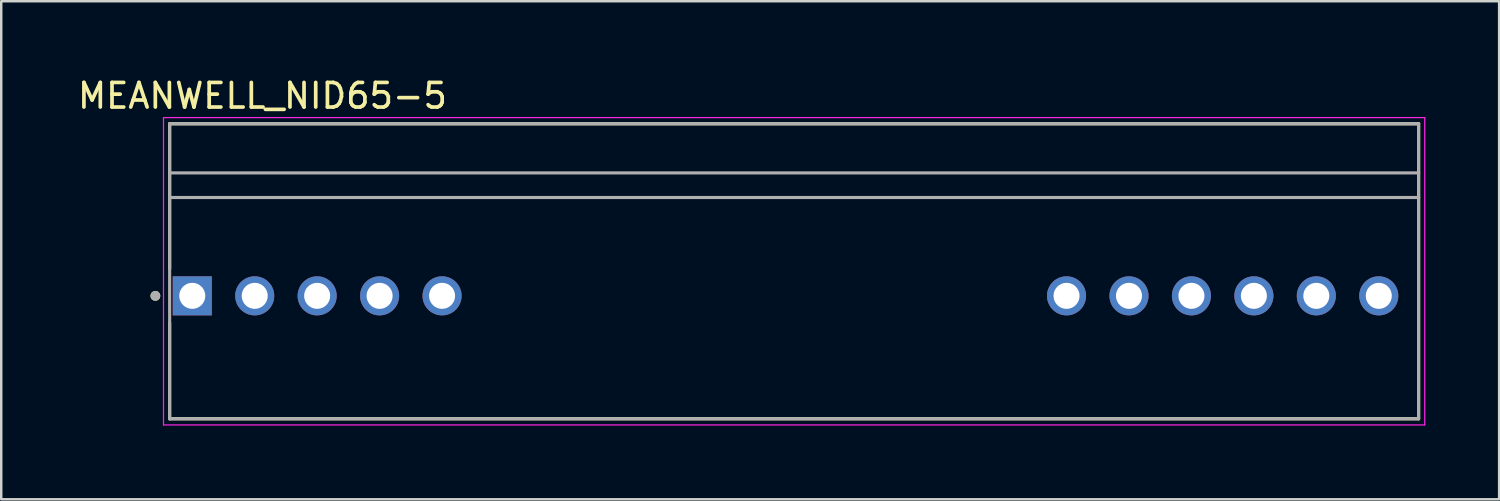
<source format=kicad_pcb>
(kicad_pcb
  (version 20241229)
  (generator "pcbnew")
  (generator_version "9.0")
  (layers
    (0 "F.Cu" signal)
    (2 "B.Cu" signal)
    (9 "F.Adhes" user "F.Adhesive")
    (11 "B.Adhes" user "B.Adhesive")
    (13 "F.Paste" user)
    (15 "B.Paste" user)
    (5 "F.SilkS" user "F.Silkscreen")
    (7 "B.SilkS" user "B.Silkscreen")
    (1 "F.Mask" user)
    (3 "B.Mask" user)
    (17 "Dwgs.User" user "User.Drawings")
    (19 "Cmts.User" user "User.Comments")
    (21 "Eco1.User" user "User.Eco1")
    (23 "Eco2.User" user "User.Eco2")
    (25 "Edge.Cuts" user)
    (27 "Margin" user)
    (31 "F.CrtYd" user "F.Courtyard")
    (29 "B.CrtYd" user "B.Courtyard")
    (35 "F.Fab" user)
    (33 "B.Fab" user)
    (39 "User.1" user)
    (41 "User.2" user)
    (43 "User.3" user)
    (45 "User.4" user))
  (footprint "MEANWELL_NID65-5"
    (layer "F.Cu")
    (at 4.77 8.983)
    (property "Reference" "MEANWELL_NID65-5" (at 2.855 -8.135 0) (layer "F.SilkS") (effects (font (size 1 1) (thickness 0.15))))
    (attr through_hole)
    (fp_line (start -0.92 -7) (end -0.92 -1.1) (stroke (width 0.127) (type solid)) (layer "F.SilkS"))
    (fp_line (start -0.92 1.1) (end -0.92 5) (stroke (width 0.127) (type solid)) (layer "F.SilkS"))
    (fp_line (start -0.92 5) (end 49.88 5) (stroke (width 0.127) (type solid)) (layer "F.SilkS"))
    (fp_line (start 49.88 -7) (end -0.92 -7) (stroke (width 0.127) (type solid)) (layer "F.SilkS"))
    (fp_line (start 49.88 5) (end 49.88 -7) (stroke (width 0.127) (type solid)) (layer "F.SilkS"))
    (fp_circle (center -1.5 0) (end -1.4 0) (stroke (width 0.2) (type solid)) (fill no) (layer "F.SilkS"))
    (fp_line (start -1.17 -7.25) (end -1.17 5.25) (stroke (width 0.05) (type solid)) (layer "F.CrtYd"))
    (fp_line (start -1.17 5.25) (end 50.13 5.25) (stroke (width 0.05) (type solid)) (layer "F.CrtYd"))
    (fp_line (start 50.13 -7.25) (end -1.17 -7.25) (stroke (width 0.05) (type solid)) (layer "F.CrtYd"))
    (fp_line (start 50.13 5.25) (end 50.13 -7.25) (stroke (width 0.05) (type solid)) (layer "F.CrtYd"))
    (fp_line (start -0.92 -7) (end -0.92 -4) (stroke (width 0.127) (type solid)) (layer "F.Fab"))
    (fp_line (start -0.92 -5) (end 49.88 -5) (stroke (width 0.127) (type solid)) (layer "F.Fab"))
    (fp_line (start -0.92 -4) (end -0.92 5) (stroke (width 0.127) (type solid)) (layer "F.Fab"))
    (fp_line (start -0.92 -4) (end 49.88 -4) (stroke (width 0.127) (type solid)) (layer "F.Fab"))
    (fp_line (start -0.92 5) (end 49.88 5) (stroke (width 0.127) (type solid)) (layer "F.Fab"))
    (fp_line (start 49.88 -7) (end -0.92 -7) (stroke (width 0.127) (type solid)) (layer "F.Fab"))
    (fp_line (start 49.88 -5) (end 49.88 -7) (stroke (width 0.127) (type solid)) (layer "F.Fab"))
    (fp_line (start 49.88 -4) (end 49.88 -5) (stroke (width 0.127) (type solid)) (layer "F.Fab"))
    (fp_line (start 49.88 5) (end 49.88 -4) (stroke (width 0.127) (type solid)) (layer "F.Fab"))
    (fp_circle (center -1.5 0) (end -1.4 0) (stroke (width 0.2) (type solid)) (fill no) (layer "F.Fab"))
    (pad "1" thru_hole rect (at 0 0) (size 1.59 1.59) (drill 1.06) (layers "*.Cu" "*.Mask"))
    (pad "2" thru_hole circle (at 2.54 0) (size 1.59 1.59) (drill 1.06) (layers "*.Cu" "*.Mask"))
    (pad "3" thru_hole circle (at 5.08 0) (size 1.59 1.59) (drill 1.06) (layers "*.Cu" "*.Mask"))
    (pad "4" thru_hole circle (at 7.62 0) (size 1.59 1.59) (drill 1.06) (layers "*.Cu" "*.Mask"))
    (pad "5" thru_hole circle (at 10.16 0) (size 1.59 1.59) (drill 1.06) (layers "*.Cu" "*.Mask"))
    (pad "6" thru_hole circle (at 35.56 0) (size 1.59 1.59) (drill 1.06) (layers "*.Cu" "*.Mask"))
    (pad "7" thru_hole circle (at 38.1 0) (size 1.59 1.59) (drill 1.06) (layers "*.Cu" "*.Mask"))
    (pad "8" thru_hole circle (at 40.64 0) (size 1.59 1.59) (drill 1.06) (layers "*.Cu" "*.Mask"))
    (pad "9" thru_hole circle (at 43.18 0) (size 1.59 1.59) (drill 1.06) (layers "*.Cu" "*.Mask"))
    (pad "10" thru_hole circle (at 45.72 0) (size 1.59 1.59) (drill 1.06) (layers "*.Cu" "*.Mask"))
    (pad "11" thru_hole circle (at 48.26 0) (size 1.59 1.59) (drill 1.06) (layers "*.Cu" "*.Mask")))
  (gr_rect
    (start -3 -3)
    (end 57.925 17.258)
    (stroke (width 0.1) (type default))
    (fill no)
    (layer "Edge.Cuts")))
</source>
